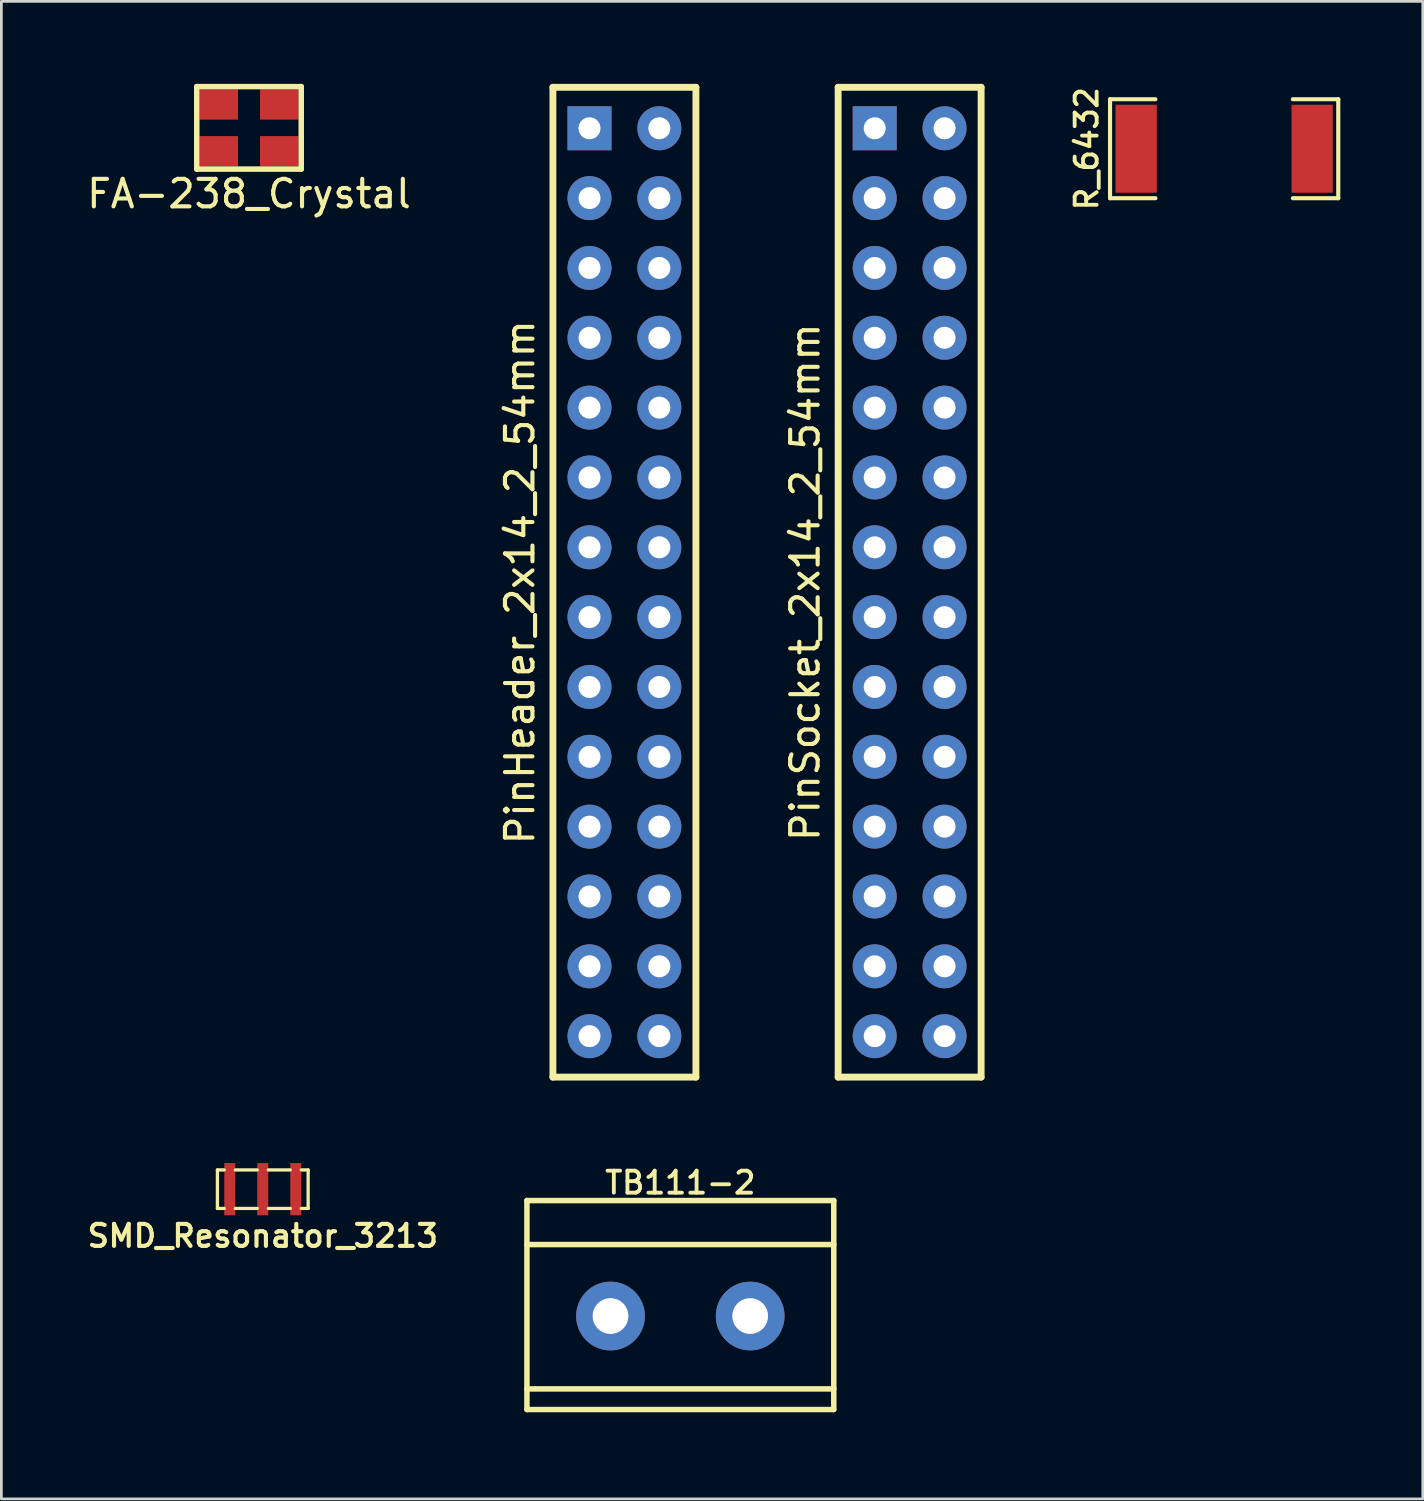
<source format=kicad_pcb>
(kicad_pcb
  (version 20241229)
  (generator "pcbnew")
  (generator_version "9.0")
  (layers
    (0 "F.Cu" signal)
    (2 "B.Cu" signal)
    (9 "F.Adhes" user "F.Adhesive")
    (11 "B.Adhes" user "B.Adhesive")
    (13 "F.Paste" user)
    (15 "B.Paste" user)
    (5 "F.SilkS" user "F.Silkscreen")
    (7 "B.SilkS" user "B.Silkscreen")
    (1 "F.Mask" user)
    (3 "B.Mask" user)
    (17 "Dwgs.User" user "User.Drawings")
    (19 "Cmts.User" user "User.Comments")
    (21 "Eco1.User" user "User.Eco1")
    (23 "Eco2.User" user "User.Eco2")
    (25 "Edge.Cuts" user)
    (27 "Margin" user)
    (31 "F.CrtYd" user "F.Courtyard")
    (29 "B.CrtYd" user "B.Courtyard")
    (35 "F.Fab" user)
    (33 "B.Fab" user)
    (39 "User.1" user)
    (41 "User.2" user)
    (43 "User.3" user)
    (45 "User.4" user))
  (footprint "TB111-2"
    (layer "F.Cu")
    (at 21.694 48.214)
    (property "Reference" "TB111-2" (at 0 -8.25 0) (layer "F.SilkS") (effects (font (size 0.8 0.8) (thickness 0.14))))
    (attr through_hole)
    (fp_line (start -5.58 -7.6) (end 5.58 -7.6) (stroke (width 0.2) (type solid)) (layer "F.SilkS"))
    (fp_line (start -5.58 -6) (end 5.58 -6) (stroke (width 0.2) (type solid)) (layer "F.SilkS"))
    (fp_line (start -5.58 -0.75) (end 5.58 -0.75) (stroke (width 0.2) (type solid)) (layer "F.SilkS"))
    (fp_line (start -5.58 0) (end -5.58 -7.6) (stroke (width 0.2) (type solid)) (layer "F.SilkS"))
    (fp_line (start -5.58 0) (end 5.58 0) (stroke (width 0.2) (type solid)) (layer "F.SilkS"))
    (fp_line (start 5.58 0) (end 5.58 -7.6) (stroke (width 0.2) (type solid)) (layer "F.SilkS"))
    (pad "1" thru_hole circle (at -2.54 -3.4) (size 2.5 2.5) (drill 1.3) (layers "*.Cu" "*.Mask"))
    (pad "2" thru_hole circle (at 2.54 -3.4) (size 2.5 2.5) (drill 1.3) (layers "*.Cu" "*.Mask")))
  (footprint "PinHeader_2x14_2_54mm"
    (layer "F.Cu")
    (at 19.66 18.125)
    (property "Reference" "PinHeader_2x14_2_54mm" (at -3.8 0 270) (layer "F.SilkS") (effects (font (size 1 1) (thickness 0.15))))
    (attr through_hole)
    (fp_line (start -2.6 -18) (end 2.6 -18) (stroke (width 0.25) (type solid)) (layer "F.SilkS"))
    (fp_line (start -2.6 18) (end -2.6 -18) (stroke (width 0.25) (type solid)) (layer "F.SilkS"))
    (fp_line (start 2.6 -18) (end 2.6 18) (stroke (width 0.25) (type solid)) (layer "F.SilkS"))
    (fp_line (start 2.6 18) (end -2.6 18) (stroke (width 0.25) (type solid)) (layer "F.SilkS"))
    (pad "1" thru_hole rect (at -1.27 -16.51 270) (size 1.6 1.6) (drill 0.8) (layers "*.Cu" "*.Mask"))
    (pad "2" thru_hole circle (at 1.27 -16.51 270) (size 1.6 1.6) (drill 0.8) (layers "*.Cu" "*.Mask"))
    (pad "3" thru_hole circle (at -1.27 -13.97 270) (size 1.6 1.6) (drill 0.8) (layers "*.Cu" "*.Mask"))
    (pad "4" thru_hole circle (at 1.27 -13.97 270) (size 1.6 1.6) (drill 0.8) (layers "*.Cu" "*.Mask"))
    (pad "5" thru_hole circle (at -1.27 -11.43 270) (size 1.6 1.6) (drill 0.8) (layers "*.Cu" "*.Mask"))
    (pad "6" thru_hole circle (at 1.27 -11.43 270) (size 1.6 1.6) (drill 0.8) (layers "*.Cu" "*.Mask"))
    (pad "7" thru_hole circle (at -1.27 -8.89 270) (size 1.6 1.6) (drill 0.8) (layers "*.Cu" "*.Mask"))
    (pad "8" thru_hole circle (at 1.27 -8.89 270) (size 1.6 1.6) (drill 0.8) (layers "*.Cu" "*.Mask"))
    (pad "9" thru_hole circle (at -1.27 -6.35 270) (size 1.6 1.6) (drill 0.8) (layers "*.Cu" "*.Mask"))
    (pad "10" thru_hole circle (at 1.27 -6.35 270) (size 1.6 1.6) (drill 0.8) (layers "*.Cu" "*.Mask"))
    (pad "11" thru_hole circle (at -1.27 -3.81 270) (size 1.6 1.6) (drill 0.8) (layers "*.Cu" "*.Mask"))
    (pad "12" thru_hole circle (at 1.27 -3.81 270) (size 1.6 1.6) (drill 0.8) (layers "*.Cu" "*.Mask"))
    (pad "13" thru_hole circle (at -1.27 -1.27 270) (size 1.6 1.6) (drill 0.8) (layers "*.Cu" "*.Mask"))
    (pad "14" thru_hole circle (at 1.27 -1.27 270) (size 1.6 1.6) (drill 0.8) (layers "*.Cu" "*.Mask"))
    (pad "15" thru_hole circle (at -1.27 1.27 270) (size 1.6 1.6) (drill 0.8) (layers "*.Cu" "*.Mask"))
    (pad "16" thru_hole circle (at 1.27 1.27 270) (size 1.6 1.6) (drill 0.8) (layers "*.Cu" "*.Mask"))
    (pad "17" thru_hole circle (at -1.27 3.81 270) (size 1.6 1.6) (drill 0.8) (layers "*.Cu" "*.Mask"))
    (pad "18" thru_hole circle (at 1.27 3.81 270) (size 1.6 1.6) (drill 0.8) (layers "*.Cu" "*.Mask"))
    (pad "19" thru_hole circle (at -1.27 6.35 270) (size 1.6 1.6) (drill 0.8) (layers "*.Cu" "*.Mask"))
    (pad "20" thru_hole circle (at 1.27 6.35 270) (size 1.6 1.6) (drill 0.8) (layers "*.Cu" "*.Mask"))
    (pad "21" thru_hole circle (at -1.27 8.89 270) (size 1.6 1.6) (drill 0.8) (layers "*.Cu" "*.Mask"))
    (pad "22" thru_hole circle (at 1.27 8.89 270) (size 1.6 1.6) (drill 0.8) (layers "*.Cu" "*.Mask"))
    (pad "23" thru_hole circle (at -1.27 11.43 270) (size 1.6 1.6) (drill 0.8) (layers "*.Cu" "*.Mask"))
    (pad "24" thru_hole circle (at 1.27 11.43 270) (size 1.6 1.6) (drill 0.8) (layers "*.Cu" "*.Mask"))
    (pad "25" thru_hole circle (at -1.27 13.97 270) (size 1.6 1.6) (drill 0.8) (layers "*.Cu" "*.Mask"))
    (pad "26" thru_hole circle (at 1.27 13.97 270) (size 1.6 1.6) (drill 0.8) (layers "*.Cu" "*.Mask"))
    (pad "27" thru_hole circle (at -1.27 16.51 270) (size 1.6 1.6) (drill 0.8) (layers "*.Cu" "*.Mask"))
    (pad "28" thru_hole circle (at 1.27 16.51 270) (size 1.6 1.6) (drill 0.8) (layers "*.Cu" "*.Mask")))
  (footprint "SMD_Resonator_3213"
    (layer "F.Cu")
    (at 6.507 40.2)
    (property "Reference" "SMD_Resonator_3213" (at 0 1.7 0) (layer "F.SilkS") (effects (font (size 0.8 0.8) (thickness 0.15))))
    (attr smd)
    (fp_line (start -1.65 -0.7) (end -1.4 -0.7) (stroke (width 0.12) (type solid)) (layer "F.SilkS"))
    (fp_line (start -1.65 0.7) (end -1.65 -0.7) (stroke (width 0.12) (type solid)) (layer "F.SilkS"))
    (fp_line (start -1.4 0.7) (end -1.65 0.7) (stroke (width 0.12) (type solid)) (layer "F.SilkS"))
    (fp_line (start -1 -0.7) (end -0.2 -0.7) (stroke (width 0.12) (type solid)) (layer "F.SilkS"))
    (fp_line (start -0.2 0.7) (end -1 0.7) (stroke (width 0.12) (type solid)) (layer "F.SilkS"))
    (fp_line (start 0.2 -0.7) (end 1 -0.7) (stroke (width 0.12) (type solid)) (layer "F.SilkS"))
    (fp_line (start 1 0.7) (end 0.2 0.7) (stroke (width 0.12) (type solid)) (layer "F.SilkS"))
    (fp_line (start 1.4 -0.7) (end 1.65 -0.7) (stroke (width 0.12) (type solid)) (layer "F.SilkS"))
    (fp_line (start 1.65 -0.7) (end 1.65 0.7) (stroke (width 0.12) (type solid)) (layer "F.SilkS"))
    (fp_line (start 1.65 0.7) (end 1.4 0.7) (stroke (width 0.12) (type solid)) (layer "F.SilkS"))
    (pad "1" smd rect (at -1.2 0) (size 0.4 1.9) (layers "F.Cu" "F.Mask" "F.Paste"))
    (pad "2" smd rect (at 0 0) (size 0.4 1.9) (layers "F.Cu" "F.Mask" "F.Paste"))
    (pad "3" smd rect (at 1.2 0) (size 0.4 1.9) (layers "F.Cu" "F.Mask" "F.Paste")))
  (footprint "FA-238_Crystal"
    (layer "F.Cu")
    (at 6.006 1.6)
    (property "Reference" "FA-238_Crystal" (at 0 2.4 0) (layer "F.SilkS") (effects (font (size 1 1) (thickness 0.15))))
    (attr through_hole)
    (fp_line (start -1.9 -1.5) (end -1.9 1.5) (stroke (width 0.2) (type solid)) (layer "F.SilkS"))
    (fp_line (start -1.9 1.5) (end 1.9 1.5) (stroke (width 0.2) (type solid)) (layer "F.SilkS"))
    (fp_line (start 1.9 -1.5) (end -1.9 -1.5) (stroke (width 0.2) (type solid)) (layer "F.SilkS"))
    (fp_line (start 1.9 1.5) (end 1.9 -1.5) (stroke (width 0.2) (type solid)) (layer "F.SilkS"))
    (pad "1" smd rect (at -1.1 0.85) (size 1.4 1.1) (layers "F.Cu" "F.Mask" "F.Paste"))
    (pad "2" smd rect (at 1.1 0.85) (size 1.4 1.1) (layers "F.Cu" "F.Mask" "F.Paste"))
    (pad "3" smd rect (at 1.1 -0.85) (size 1.4 1.1) (layers "F.Cu" "F.Mask" "F.Paste"))
    (pad "4" smd rect (at -1.1 -0.85) (size 1.4 1.1) (layers "F.Cu" "F.Mask" "F.Paste")))
  (footprint "PinSocket_2x14_2_54mm"
    (layer "F.Cu")
    (at 30.033 18.125)
    (property "Reference" "PinSocket_2x14_2_54mm" (at -3.8 0 270) (layer "F.SilkS") (effects (font (size 1 1) (thickness 0.15))))
    (attr through_hole)
    (fp_line (start -2.6 -18) (end 2.6 -18) (stroke (width 0.25) (type solid)) (layer "F.SilkS"))
    (fp_line (start -2.6 18) (end -2.6 -18) (stroke (width 0.25) (type solid)) (layer "F.SilkS"))
    (fp_line (start 2.6 -18) (end 2.6 18) (stroke (width 0.25) (type solid)) (layer "F.SilkS"))
    (fp_line (start 2.6 18) (end -2.6 18) (stroke (width 0.25) (type solid)) (layer "F.SilkS"))
    (pad "1" thru_hole rect (at -1.27 -16.51 270) (size 1.6 1.6) (drill 0.8) (layers "*.Cu" "*.Mask"))
    (pad "2" thru_hole circle (at 1.27 -16.51 270) (size 1.6 1.6) (drill 0.8) (layers "*.Cu" "*.Mask"))
    (pad "3" thru_hole circle (at -1.27 -13.97 270) (size 1.6 1.6) (drill 0.8) (layers "*.Cu" "*.Mask"))
    (pad "4" thru_hole circle (at 1.27 -13.97 270) (size 1.6 1.6) (drill 0.8) (layers "*.Cu" "*.Mask"))
    (pad "5" thru_hole circle (at -1.27 -11.43 270) (size 1.6 1.6) (drill 0.8) (layers "*.Cu" "*.Mask"))
    (pad "6" thru_hole circle (at 1.27 -11.43 270) (size 1.6 1.6) (drill 0.8) (layers "*.Cu" "*.Mask"))
    (pad "7" thru_hole circle (at -1.27 -8.89 270) (size 1.6 1.6) (drill 0.8) (layers "*.Cu" "*.Mask"))
    (pad "8" thru_hole circle (at 1.27 -8.89 270) (size 1.6 1.6) (drill 0.8) (layers "*.Cu" "*.Mask"))
    (pad "9" thru_hole circle (at -1.27 -6.35 270) (size 1.6 1.6) (drill 0.8) (layers "*.Cu" "*.Mask"))
    (pad "10" thru_hole circle (at 1.27 -6.35 270) (size 1.6 1.6) (drill 0.8) (layers "*.Cu" "*.Mask"))
    (pad "11" thru_hole circle (at -1.27 -3.81 270) (size 1.6 1.6) (drill 0.8) (layers "*.Cu" "*.Mask"))
    (pad "12" thru_hole circle (at 1.27 -3.81 270) (size 1.6 1.6) (drill 0.8) (layers "*.Cu" "*.Mask"))
    (pad "13" thru_hole circle (at -1.27 -1.27 270) (size 1.6 1.6) (drill 0.8) (layers "*.Cu" "*.Mask"))
    (pad "14" thru_hole circle (at 1.27 -1.27 270) (size 1.6 1.6) (drill 0.8) (layers "*.Cu" "*.Mask"))
    (pad "15" thru_hole circle (at -1.27 1.27 270) (size 1.6 1.6) (drill 0.8) (layers "*.Cu" "*.Mask"))
    (pad "16" thru_hole circle (at 1.27 1.27 270) (size 1.6 1.6) (drill 0.8) (layers "*.Cu" "*.Mask"))
    (pad "17" thru_hole circle (at -1.27 3.81 270) (size 1.6 1.6) (drill 0.8) (layers "*.Cu" "*.Mask"))
    (pad "18" thru_hole circle (at 1.27 3.81 270) (size 1.6 1.6) (drill 0.8) (layers "*.Cu" "*.Mask"))
    (pad "19" thru_hole circle (at -1.27 6.35 270) (size 1.6 1.6) (drill 0.8) (layers "*.Cu" "*.Mask"))
    (pad "20" thru_hole circle (at 1.27 6.35 270) (size 1.6 1.6) (drill 0.8) (layers "*.Cu" "*.Mask"))
    (pad "21" thru_hole circle (at -1.27 8.89 270) (size 1.6 1.6) (drill 0.8) (layers "*.Cu" "*.Mask"))
    (pad "22" thru_hole circle (at 1.27 8.89 270) (size 1.6 1.6) (drill 0.8) (layers "*.Cu" "*.Mask"))
    (pad "23" thru_hole circle (at -1.27 11.43 270) (size 1.6 1.6) (drill 0.8) (layers "*.Cu" "*.Mask"))
    (pad "24" thru_hole circle (at 1.27 11.43 270) (size 1.6 1.6) (drill 0.8) (layers "*.Cu" "*.Mask"))
    (pad "25" thru_hole circle (at -1.27 13.97 270) (size 1.6 1.6) (drill 0.8) (layers "*.Cu" "*.Mask"))
    (pad "26" thru_hole circle (at 1.27 13.97 270) (size 1.6 1.6) (drill 0.8) (layers "*.Cu" "*.Mask"))
    (pad "27" thru_hole circle (at -1.27 16.51 270) (size 1.6 1.6) (drill 0.8) (layers "*.Cu" "*.Mask"))
    (pad "28" thru_hole circle (at 1.27 16.51 270) (size 1.6 1.6) (drill 0.8) (layers "*.Cu" "*.Mask")))
  (footprint "R_6432"
    (layer "F.Cu")
    (at 41.472 2.359)
    (property "Reference" "R_6432" (at -5 0 90) (layer "F.SilkS") (effects (font (size 0.8 0.8) (thickness 0.14))))
    (attr through_hole)
    (fp_line (start -4.15 -1.8) (end -2.5 -1.8) (stroke (width 0.15) (type solid)) (layer "F.SilkS"))
    (fp_line (start -4.15 1.8) (end -4.15 -1.8) (stroke (width 0.15) (type solid)) (layer "F.SilkS"))
    (fp_line (start -2.5 1.8) (end -4.15 1.8) (stroke (width 0.15) (type solid)) (layer "F.SilkS"))
    (fp_line (start 2.5 -1.8) (end 4.15 -1.8) (stroke (width 0.15) (type solid)) (layer "F.SilkS"))
    (fp_line (start 2.5 1.8) (end 4.15 1.8) (stroke (width 0.15) (type solid)) (layer "F.SilkS"))
    (fp_line (start 4.15 -1.8) (end 4.15 1.8) (stroke (width 0.15) (type solid)) (layer "F.SilkS"))
    (pad "1" smd rect (at -3.2 0) (size 1.5 3.2) (layers "F.Cu" "F.Mask" "F.Paste"))
    (pad "2" smd rect (at 3.2 0) (size 1.5 3.2) (layers "F.Cu" "F.Mask" "F.Paste")))
  (gr_rect
    (start -3 -3)
    (end 48.697 51.464)
    (stroke (width 0.1) (type default))
    (fill no)
    (layer "Edge.Cuts")))
</source>
